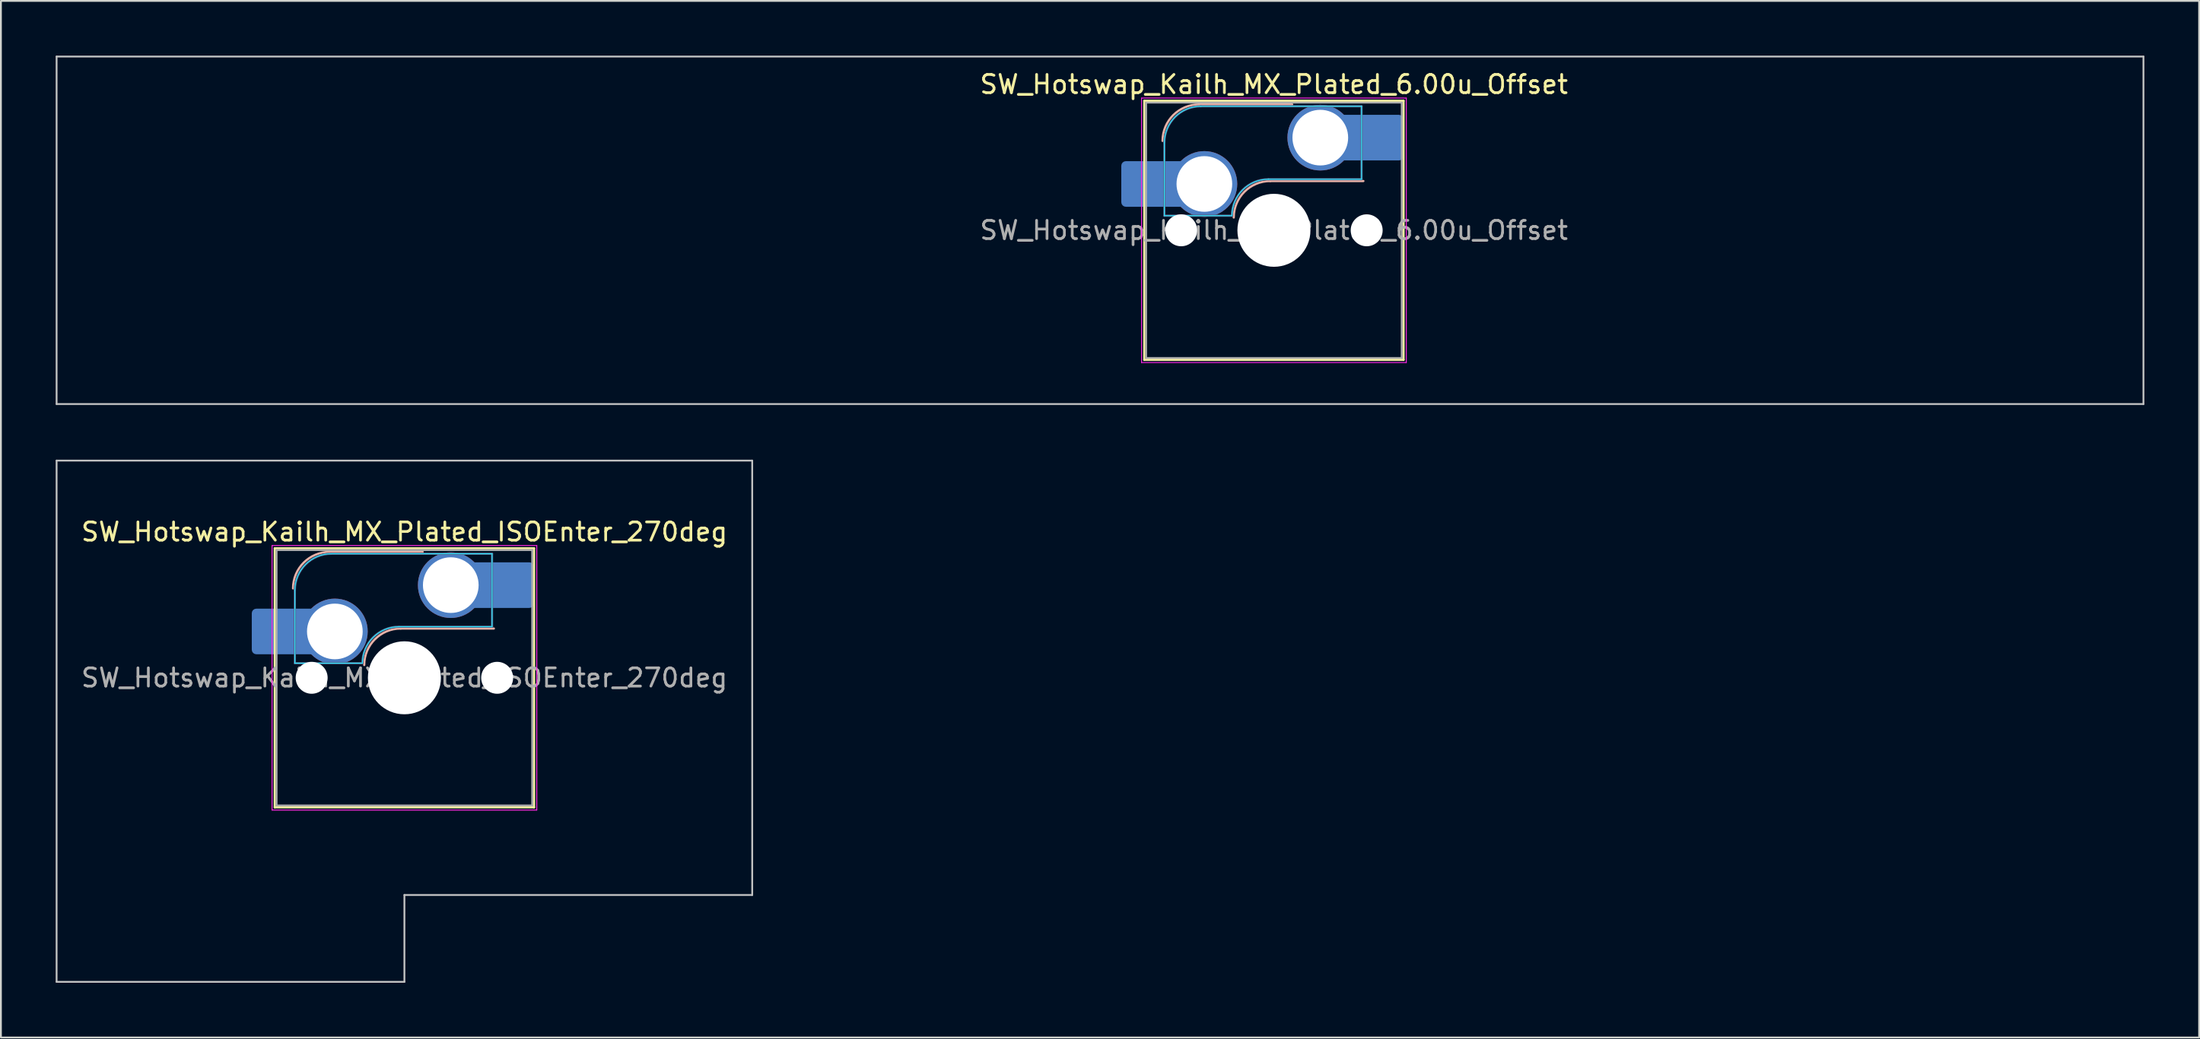
<source format=kicad_pcb>
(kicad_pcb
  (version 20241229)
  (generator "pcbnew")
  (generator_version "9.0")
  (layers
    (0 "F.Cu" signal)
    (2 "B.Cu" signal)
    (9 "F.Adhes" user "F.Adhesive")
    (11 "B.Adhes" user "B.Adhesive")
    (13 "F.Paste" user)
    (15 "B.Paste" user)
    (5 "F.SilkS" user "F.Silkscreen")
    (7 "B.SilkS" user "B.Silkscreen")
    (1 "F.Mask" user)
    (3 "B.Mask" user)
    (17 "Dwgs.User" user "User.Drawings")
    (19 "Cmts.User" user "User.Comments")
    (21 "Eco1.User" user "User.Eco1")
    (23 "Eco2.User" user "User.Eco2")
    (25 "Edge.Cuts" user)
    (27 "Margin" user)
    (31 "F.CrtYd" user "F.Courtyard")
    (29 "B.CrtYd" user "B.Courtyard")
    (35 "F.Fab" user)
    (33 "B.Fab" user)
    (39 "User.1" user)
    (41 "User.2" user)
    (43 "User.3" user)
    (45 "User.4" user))
  (footprint "SW_Hotswap_Kailh_MX_Plated_6.00u_Offset"
    (layer "F.Cu")
    (at 66.725 9.575)
    (property "Reference" "SW_Hotswap_Kailh_MX_Plated_6.00u_Offset" (at 0 -8 0) (layer "F.SilkS") (effects (font (size 1 1) (thickness 0.15))))
    (attr smd)
    (fp_line (start -7.1 -7.1) (end -7.1 7.1) (stroke (width 0.12) (type solid)) (layer "F.SilkS"))
    (fp_line (start -7.1 7.1) (end 7.1 7.1) (stroke (width 0.12) (type solid)) (layer "F.SilkS"))
    (fp_line (start 7.1 -7.1) (end -7.1 -7.1) (stroke (width 0.12) (type solid)) (layer "F.SilkS"))
    (fp_line (start 7.1 7.1) (end 7.1 -7.1) (stroke (width 0.12) (type solid)) (layer "F.SilkS"))
    (fp_line (start -4.1 -6.9) (end 1 -6.9) (stroke (width 0.12) (type solid)) (layer "B.SilkS"))
    (fp_line (start -0.2 -2.7) (end 4.9 -2.7) (stroke (width 0.12) (type solid)) (layer "B.SilkS"))
    (fp_arc (start -6.1 -4.9) (mid -5.514214 -6.314214) (end -4.1 -6.9) (stroke (width 0.12) (type solid)) (layer "B.SilkS"))
    (fp_arc (start -2.2 -0.7) (mid -1.614214 -2.114214) (end -0.2 -2.7) (stroke (width 0.12) (type solid)) (layer "B.SilkS"))
    (fp_line (start -66.675 -9.525) (end -66.675 9.525) (stroke (width 0.1) (type solid)) (layer "Dwgs.User"))
    (fp_line (start -66.675 9.525) (end 47.625 9.525) (stroke (width 0.1) (type solid)) (layer "Dwgs.User"))
    (fp_line (start 47.625 -9.525) (end -66.675 -9.525) (stroke (width 0.1) (type solid)) (layer "Dwgs.User"))
    (fp_line (start 47.625 9.525) (end 47.625 -9.525) (stroke (width 0.1) (type solid)) (layer "Dwgs.User"))
    (fp_line (start -7.8 -6) (end -7 -6) (stroke (width 0.1) (type solid)) (layer "Eco1.User"))
    (fp_line (start -7.8 -2.9) (end -7.8 -6) (stroke (width 0.1) (type solid)) (layer "Eco1.User"))
    (fp_line (start -7.8 2.9) (end -7 2.9) (stroke (width 0.1) (type solid)) (layer "Eco1.User"))
    (fp_line (start -7.8 6) (end -7.8 2.9) (stroke (width 0.1) (type solid)) (layer "Eco1.User"))
    (fp_line (start -7 -7) (end 7 -7) (stroke (width 0.1) (type solid)) (layer "Eco1.User"))
    (fp_line (start -7 -6) (end -7 -7) (stroke (width 0.1) (type solid)) (layer "Eco1.User"))
    (fp_line (start -7 -2.9) (end -7.8 -2.9) (stroke (width 0.1) (type solid)) (layer "Eco1.User"))
    (fp_line (start -7 2.9) (end -7 -2.9) (stroke (width 0.1) (type solid)) (layer "Eco1.User"))
    (fp_line (start -7 6) (end -7.8 6) (stroke (width 0.1) (type solid)) (layer "Eco1.User"))
    (fp_line (start -7 7) (end -7 6) (stroke (width 0.1) (type solid)) (layer "Eco1.User"))
    (fp_line (start 7 -7) (end 7 -6) (stroke (width 0.1) (type solid)) (layer "Eco1.User"))
    (fp_line (start 7 -6) (end 7.8 -6) (stroke (width 0.1) (type solid)) (layer "Eco1.User"))
    (fp_line (start 7 -2.9) (end 7 2.9) (stroke (width 0.1) (type solid)) (layer "Eco1.User"))
    (fp_line (start 7 2.9) (end 7.8 2.9) (stroke (width 0.1) (type solid)) (layer "Eco1.User"))
    (fp_line (start 7 6) (end 7 7) (stroke (width 0.1) (type solid)) (layer "Eco1.User"))
    (fp_line (start 7 7) (end -7 7) (stroke (width 0.1) (type solid)) (layer "Eco1.User"))
    (fp_line (start 7.8 -6) (end 7.8 -2.9) (stroke (width 0.1) (type solid)) (layer "Eco1.User"))
    (fp_line (start 7.8 -2.9) (end 7 -2.9) (stroke (width 0.1) (type solid)) (layer "Eco1.User"))
    (fp_line (start 7.8 2.9) (end 7.8 6) (stroke (width 0.1) (type solid)) (layer "Eco1.User"))
    (fp_line (start 7.8 6) (end 7 6) (stroke (width 0.1) (type solid)) (layer "Eco1.User"))
    (fp_line (start -6 -0.8) (end -6 -4.8) (stroke (width 0.05) (type solid)) (layer "B.CrtYd"))
    (fp_line (start -6 -0.8) (end -2.3 -0.8) (stroke (width 0.05) (type solid)) (layer "B.CrtYd"))
    (fp_line (start -4 -6.8) (end 4.8 -6.8) (stroke (width 0.05) (type solid)) (layer "B.CrtYd"))
    (fp_line (start -0.3 -2.8) (end 4.8 -2.8) (stroke (width 0.05) (type solid)) (layer "B.CrtYd"))
    (fp_line (start 4.8 -6.8) (end 4.8 -2.8) (stroke (width 0.05) (type solid)) (layer "B.CrtYd"))
    (fp_arc (start -6 -4.8) (mid -5.414214 -6.214214) (end -4 -6.8) (stroke (width 0.05) (type solid)) (layer "B.CrtYd"))
    (fp_arc (start -2.3 -0.8) (mid -1.714214 -2.214214) (end -0.3 -2.8) (stroke (width 0.05) (type solid)) (layer "B.CrtYd"))
    (fp_line (start -7.25 -7.25) (end -7.25 7.25) (stroke (width 0.05) (type solid)) (layer "F.CrtYd"))
    (fp_line (start -7.25 7.25) (end 7.25 7.25) (stroke (width 0.05) (type solid)) (layer "F.CrtYd"))
    (fp_line (start 7.25 -7.25) (end -7.25 -7.25) (stroke (width 0.05) (type solid)) (layer "F.CrtYd"))
    (fp_line (start 7.25 7.25) (end 7.25 -7.25) (stroke (width 0.05) (type solid)) (layer "F.CrtYd"))
    (fp_line (start -6 -0.8) (end -6 -4.8) (stroke (width 0.12) (type solid)) (layer "B.Fab"))
    (fp_line (start -6 -0.8) (end -2.3 -0.8) (stroke (width 0.12) (type solid)) (layer "B.Fab"))
    (fp_line (start -4 -6.8) (end 4.8 -6.8) (stroke (width 0.12) (type solid)) (layer "B.Fab"))
    (fp_line (start -0.3 -2.8) (end 4.8 -2.8) (stroke (width 0.12) (type solid)) (layer "B.Fab"))
    (fp_line (start 4.8 -6.8) (end 4.8 -2.8) (stroke (width 0.12) (type solid)) (layer "B.Fab"))
    (fp_arc (start -6 -4.8) (mid -5.414214 -6.214214) (end -4 -6.8) (stroke (width 0.12) (type solid)) (layer "B.Fab"))
    (fp_arc (start -2.3 -0.8) (mid -1.714214 -2.214214) (end -0.3 -2.8) (stroke (width 0.12) (type solid)) (layer "B.Fab"))
    (fp_line (start -7 -7) (end -7 7) (stroke (width 0.1) (type solid)) (layer "F.Fab"))
    (fp_line (start -7 7) (end 7 7) (stroke (width 0.1) (type solid)) (layer "F.Fab"))
    (fp_line (start 7 -7) (end -7 -7) (stroke (width 0.1) (type solid)) (layer "F.Fab"))
    (fp_line (start 7 7) (end 7 -7) (stroke (width 0.1) (type solid)) (layer "F.Fab"))
    (fp_text user "${REFERENCE}" (at 0 0 0) (layer "F.Fab") (effects (font (size 1 1) (thickness 0.15))))
    (pad "" smd roundrect (at -7.085 -2.54) (size 2.55 2.5) (layers "B.Mask" "B.Paste") (roundrect_rratio 0.1))
    (pad "" np_thru_hole circle (at -5.08 0) (size 1.75 1.75) (drill 1.75) (layers "*.Cu" "*.Mask"))
    (pad "" np_thru_hole circle (at 0 0) (size 4 4) (drill 4) (layers "*.Cu" "*.Mask"))
    (pad "" np_thru_hole circle (at 5.08 0) (size 1.75 1.75) (drill 1.75) (layers "*.Cu" "*.Mask"))
    (pad "" smd roundrect (at 5.842 -5.08) (size 2.55 2.5) (layers "B.Mask" "B.Paste") (roundrect_rratio 0.1))
    (pad "1" smd roundrect (at -6.585 -2.54) (size 3.55 2.5) (layers "B.Cu") (roundrect_rratio 0.1))
    (pad "1" thru_hole circle (at -3.81 -2.54) (size 3.6 3.6) (drill 3.05) (layers "*.Cu" "*.Mask"))
    (pad "2" thru_hole circle (at 2.54 -5.08) (size 3.6 3.6) (drill 3.05) (layers "*.Cu" "*.Mask"))
    (pad "2" smd roundrect (at 5.32 -5.08) (size 3.55 2.5) (layers "B.Cu") (roundrect_rratio 0.1)))
  (footprint "SW_Hotswap_Kailh_MX_Plated_ISOEnter_270deg"
    (layer "F.Cu")
    (at 19.1 34.106)
    (property "Reference" "SW_Hotswap_Kailh_MX_Plated_ISOEnter_270deg" (at 0 -8 0) (layer "F.SilkS") (effects (font (size 1 1) (thickness 0.15))))
    (attr smd)
    (fp_line (start -7.1 -7.1) (end -7.1 7.1) (stroke (width 0.12) (type solid)) (layer "F.SilkS"))
    (fp_line (start -7.1 7.1) (end 7.1 7.1) (stroke (width 0.12) (type solid)) (layer "F.SilkS"))
    (fp_line (start 7.1 -7.1) (end -7.1 -7.1) (stroke (width 0.12) (type solid)) (layer "F.SilkS"))
    (fp_line (start 7.1 7.1) (end 7.1 -7.1) (stroke (width 0.12) (type solid)) (layer "F.SilkS"))
    (fp_line (start -4.1 -6.9) (end 1 -6.9) (stroke (width 0.12) (type solid)) (layer "B.SilkS"))
    (fp_line (start -0.2 -2.7) (end 4.9 -2.7) (stroke (width 0.12) (type solid)) (layer "B.SilkS"))
    (fp_arc (start -6.1 -4.9) (mid -5.514214 -6.314214) (end -4.1 -6.9) (stroke (width 0.12) (type solid)) (layer "B.SilkS"))
    (fp_arc (start -2.2 -0.7) (mid -1.614214 -2.114214) (end -0.2 -2.7) (stroke (width 0.12) (type solid)) (layer "B.SilkS"))
    (fp_line (start -19.05 -11.906) (end -19.05 16.669) (stroke (width 0.1) (type solid)) (layer "Dwgs.User"))
    (fp_line (start -19.05 16.669) (end 0 16.669) (stroke (width 0.1) (type solid)) (layer "Dwgs.User"))
    (fp_line (start 0 11.906) (end 19.05 11.906) (stroke (width 0.1) (type solid)) (layer "Dwgs.User"))
    (fp_line (start 0 16.669) (end 0 11.906) (stroke (width 0.1) (type solid)) (layer "Dwgs.User"))
    (fp_line (start 19.05 -11.906) (end -19.05 -11.906) (stroke (width 0.1) (type solid)) (layer "Dwgs.User"))
    (fp_line (start 19.05 11.906) (end 19.05 -11.906) (stroke (width 0.1) (type solid)) (layer "Dwgs.User"))
    (fp_line (start -7.8 -6) (end -7 -6) (stroke (width 0.1) (type solid)) (layer "Eco1.User"))
    (fp_line (start -7.8 -2.9) (end -7.8 -6) (stroke (width 0.1) (type solid)) (layer "Eco1.User"))
    (fp_line (start -7.8 2.9) (end -7 2.9) (stroke (width 0.1) (type solid)) (layer "Eco1.User"))
    (fp_line (start -7.8 6) (end -7.8 2.9) (stroke (width 0.1) (type solid)) (layer "Eco1.User"))
    (fp_line (start -7 -7) (end 7 -7) (stroke (width 0.1) (type solid)) (layer "Eco1.User"))
    (fp_line (start -7 -6) (end -7 -7) (stroke (width 0.1) (type solid)) (layer "Eco1.User"))
    (fp_line (start -7 -2.9) (end -7.8 -2.9) (stroke (width 0.1) (type solid)) (layer "Eco1.User"))
    (fp_line (start -7 2.9) (end -7 -2.9) (stroke (width 0.1) (type solid)) (layer "Eco1.User"))
    (fp_line (start -7 6) (end -7.8 6) (stroke (width 0.1) (type solid)) (layer "Eco1.User"))
    (fp_line (start -7 7) (end -7 6) (stroke (width 0.1) (type solid)) (layer "Eco1.User"))
    (fp_line (start 7 -7) (end 7 -6) (stroke (width 0.1) (type solid)) (layer "Eco1.User"))
    (fp_line (start 7 -6) (end 7.8 -6) (stroke (width 0.1) (type solid)) (layer "Eco1.User"))
    (fp_line (start 7 -2.9) (end 7 2.9) (stroke (width 0.1) (type solid)) (layer "Eco1.User"))
    (fp_line (start 7 2.9) (end 7.8 2.9) (stroke (width 0.1) (type solid)) (layer "Eco1.User"))
    (fp_line (start 7 6) (end 7 7) (stroke (width 0.1) (type solid)) (layer "Eco1.User"))
    (fp_line (start 7 7) (end -7 7) (stroke (width 0.1) (type solid)) (layer "Eco1.User"))
    (fp_line (start 7.8 -6) (end 7.8 -2.9) (stroke (width 0.1) (type solid)) (layer "Eco1.User"))
    (fp_line (start 7.8 -2.9) (end 7 -2.9) (stroke (width 0.1) (type solid)) (layer "Eco1.User"))
    (fp_line (start 7.8 2.9) (end 7.8 6) (stroke (width 0.1) (type solid)) (layer "Eco1.User"))
    (fp_line (start 7.8 6) (end 7 6) (stroke (width 0.1) (type solid)) (layer "Eco1.User"))
    (fp_line (start -6 -0.8) (end -6 -4.8) (stroke (width 0.05) (type solid)) (layer "B.CrtYd"))
    (fp_line (start -6 -0.8) (end -2.3 -0.8) (stroke (width 0.05) (type solid)) (layer "B.CrtYd"))
    (fp_line (start -4 -6.8) (end 4.8 -6.8) (stroke (width 0.05) (type solid)) (layer "B.CrtYd"))
    (fp_line (start -0.3 -2.8) (end 4.8 -2.8) (stroke (width 0.05) (type solid)) (layer "B.CrtYd"))
    (fp_line (start 4.8 -6.8) (end 4.8 -2.8) (stroke (width 0.05) (type solid)) (layer "B.CrtYd"))
    (fp_arc (start -6 -4.8) (mid -5.414214 -6.214214) (end -4 -6.8) (stroke (width 0.05) (type solid)) (layer "B.CrtYd"))
    (fp_arc (start -2.3 -0.8) (mid -1.714214 -2.214214) (end -0.3 -2.8) (stroke (width 0.05) (type solid)) (layer "B.CrtYd"))
    (fp_line (start -7.25 -7.25) (end -7.25 7.25) (stroke (width 0.05) (type solid)) (layer "F.CrtYd"))
    (fp_line (start -7.25 7.25) (end 7.25 7.25) (stroke (width 0.05) (type solid)) (layer "F.CrtYd"))
    (fp_line (start 7.25 -7.25) (end -7.25 -7.25) (stroke (width 0.05) (type solid)) (layer "F.CrtYd"))
    (fp_line (start 7.25 7.25) (end 7.25 -7.25) (stroke (width 0.05) (type solid)) (layer "F.CrtYd"))
    (fp_line (start -6 -0.8) (end -6 -4.8) (stroke (width 0.12) (type solid)) (layer "B.Fab"))
    (fp_line (start -6 -0.8) (end -2.3 -0.8) (stroke (width 0.12) (type solid)) (layer "B.Fab"))
    (fp_line (start -4 -6.8) (end 4.8 -6.8) (stroke (width 0.12) (type solid)) (layer "B.Fab"))
    (fp_line (start -0.3 -2.8) (end 4.8 -2.8) (stroke (width 0.12) (type solid)) (layer "B.Fab"))
    (fp_line (start 4.8 -6.8) (end 4.8 -2.8) (stroke (width 0.12) (type solid)) (layer "B.Fab"))
    (fp_arc (start -6 -4.8) (mid -5.414214 -6.214214) (end -4 -6.8) (stroke (width 0.12) (type solid)) (layer "B.Fab"))
    (fp_arc (start -2.3 -0.8) (mid -1.714214 -2.214214) (end -0.3 -2.8) (stroke (width 0.12) (type solid)) (layer "B.Fab"))
    (fp_line (start -7 -7) (end -7 7) (stroke (width 0.1) (type solid)) (layer "F.Fab"))
    (fp_line (start -7 7) (end 7 7) (stroke (width 0.1) (type solid)) (layer "F.Fab"))
    (fp_line (start 7 -7) (end -7 -7) (stroke (width 0.1) (type solid)) (layer "F.Fab"))
    (fp_line (start 7 7) (end 7 -7) (stroke (width 0.1) (type solid)) (layer "F.Fab"))
    (fp_text user "${REFERENCE}" (at 0 0 0) (layer "F.Fab") (effects (font (size 1 1) (thickness 0.15))))
    (pad "" smd roundrect (at -7.085 -2.54) (size 2.55 2.5) (layers "B.Mask" "B.Paste") (roundrect_rratio 0.1))
    (pad "" np_thru_hole circle (at -5.08 0) (size 1.75 1.75) (drill 1.75) (layers "*.Cu" "*.Mask"))
    (pad "" np_thru_hole circle (at 0 0) (size 4 4) (drill 4) (layers "*.Cu" "*.Mask"))
    (pad "" np_thru_hole circle (at 5.08 0) (size 1.75 1.75) (drill 1.75) (layers "*.Cu" "*.Mask"))
    (pad "" smd roundrect (at 5.842 -5.08) (size 2.55 2.5) (layers "B.Mask" "B.Paste") (roundrect_rratio 0.1))
    (pad "1" smd roundrect (at -6.585 -2.54) (size 3.55 2.5) (layers "B.Cu") (roundrect_rratio 0.1))
    (pad "1" thru_hole circle (at -3.81 -2.54) (size 3.6 3.6) (drill 3.05) (layers "*.Cu" "*.Mask"))
    (pad "2" thru_hole circle (at 2.54 -5.08) (size 3.6 3.6) (drill 3.05) (layers "*.Cu" "*.Mask"))
    (pad "2" smd roundrect (at 5.32 -5.08) (size 3.55 2.5) (layers "B.Cu") (roundrect_rratio 0.1)))
  (gr_rect
    (start -3 -3)
    (end 117.4 53.825)
    (stroke (width 0.1) (type default))
    (fill no)
    (layer "Edge.Cuts")))
</source>
